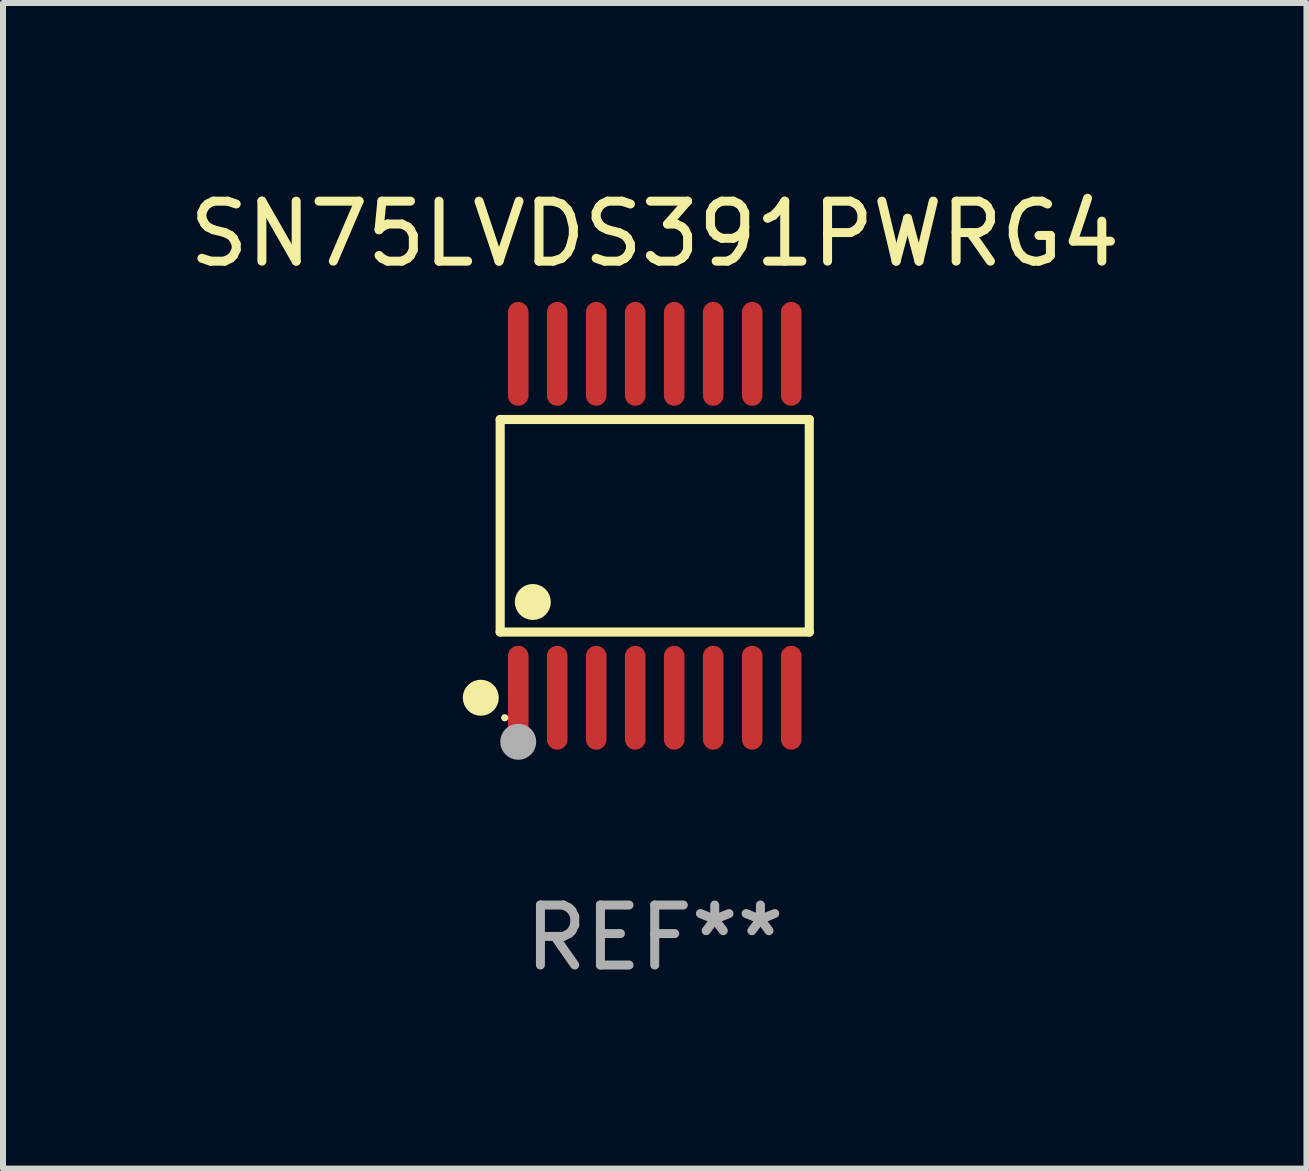
<source format=kicad_pcb>
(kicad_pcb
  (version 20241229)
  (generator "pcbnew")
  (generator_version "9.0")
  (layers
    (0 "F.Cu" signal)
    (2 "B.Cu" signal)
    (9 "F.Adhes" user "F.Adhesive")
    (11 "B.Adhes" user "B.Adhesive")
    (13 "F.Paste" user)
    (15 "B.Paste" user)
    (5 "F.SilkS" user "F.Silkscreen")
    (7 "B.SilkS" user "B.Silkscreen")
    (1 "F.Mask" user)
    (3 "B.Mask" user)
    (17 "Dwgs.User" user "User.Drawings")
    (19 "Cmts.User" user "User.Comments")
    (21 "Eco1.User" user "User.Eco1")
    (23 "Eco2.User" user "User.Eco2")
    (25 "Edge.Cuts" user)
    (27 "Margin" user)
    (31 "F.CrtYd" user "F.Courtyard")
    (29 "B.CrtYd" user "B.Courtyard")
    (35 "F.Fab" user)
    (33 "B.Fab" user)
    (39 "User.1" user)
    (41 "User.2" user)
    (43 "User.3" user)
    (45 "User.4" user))
  (footprint "SN75LVDS391PWRG4"
    (layer "F.Cu")
    (at 7.863 5.714)
    (property "Reference" "SN75LVDS391PWRG4" (at 0 -4.866 0) (layer "F.SilkS") (effects (font (size 1 1) (thickness 0.15))))
    (attr through_hole)
    (fp_line (start -2.576 -1.772) (end 2.576 -1.772) (stroke (width 0.152) (type solid)) (layer "F.SilkS"))
    (fp_line (start -2.576 1.771) (end -2.576 -1.772) (stroke (width 0.152) (type solid)) (layer "F.SilkS"))
    (fp_line (start 2.576 -1.772) (end 2.576 1.771) (stroke (width 0.152) (type solid)) (layer "F.SilkS"))
    (fp_line (start 2.576 1.771) (end -2.576 1.771) (stroke (width 0.152) (type solid)) (layer "F.SilkS"))
    (fp_circle (center -2.899 2.866) (end -2.749 2.866) (stroke (width 0.3) (type solid)) (fill no) (layer "F.SilkS"))
    (fp_circle (center -2.5 3.2) (end -2.47 3.2) (stroke (width 0.06) (type solid)) (fill no) (layer "F.SilkS"))
    (fp_circle (center -2.032 1.27) (end -1.882 1.27) (stroke (width 0.3) (type solid)) (fill no) (layer "F.SilkS"))
    (fp_circle (center -2.275 3.6) (end -2.125 3.6) (stroke (width 0.3) (type solid)) (fill no) (layer "F.Fab"))
    (fp_text user "REF**" (at 0 6.866 0) (layer "F.Fab") (effects (font (size 1 1) (thickness 0.15))))
    (pad "1" smd oval (at -2.275 2.866) (size 0.343 1.731) (layers "F.Cu" "F.Mask" "F.Paste"))
    (pad "2" smd oval (at -1.625 2.866) (size 0.343 1.731) (layers "F.Cu" "F.Mask" "F.Paste"))
    (pad "3" smd oval (at -0.975 2.866) (size 0.343 1.731) (layers "F.Cu" "F.Mask" "F.Paste"))
    (pad "4" smd oval (at -0.325 2.866) (size 0.343 1.731) (layers "F.Cu" "F.Mask" "F.Paste"))
    (pad "5" smd oval (at 0.325 2.866) (size 0.343 1.731) (layers "F.Cu" "F.Mask" "F.Paste"))
    (pad "6" smd oval (at 0.975 2.866) (size 0.343 1.731) (layers "F.Cu" "F.Mask" "F.Paste"))
    (pad "7" smd oval (at 1.625 2.866) (size 0.343 1.731) (layers "F.Cu" "F.Mask" "F.Paste"))
    (pad "8" smd oval (at 2.275 2.866) (size 0.343 1.731) (layers "F.Cu" "F.Mask" "F.Paste"))
    (pad "9" smd oval (at 2.275 -2.866) (size 0.343 1.731) (layers "F.Cu" "F.Mask" "F.Paste"))
    (pad "10" smd oval (at 1.625 -2.866) (size 0.343 1.731) (layers "F.Cu" "F.Mask" "F.Paste"))
    (pad "11" smd oval (at 0.975 -2.866) (size 0.343 1.731) (layers "F.Cu" "F.Mask" "F.Paste"))
    (pad "12" smd oval (at 0.325 -2.866) (size 0.343 1.731) (layers "F.Cu" "F.Mask" "F.Paste"))
    (pad "13" smd oval (at -0.325 -2.866) (size 0.343 1.731) (layers "F.Cu" "F.Mask" "F.Paste"))
    (pad "14" smd oval (at -0.975 -2.866) (size 0.343 1.731) (layers "F.Cu" "F.Mask" "F.Paste"))
    (pad "15" smd oval (at -1.625 -2.866) (size 0.343 1.731) (layers "F.Cu" "F.Mask" "F.Paste"))
    (pad "16" smd oval (at -2.275 -2.866) (size 0.343 1.731) (layers "F.Cu" "F.Mask" "F.Paste")))
  (gr_rect
    (start -3 -3)
    (end 18.726 16.428)
    (stroke (width 0.1) (type default))
    (fill no)
    (layer "Edge.Cuts")))
</source>
